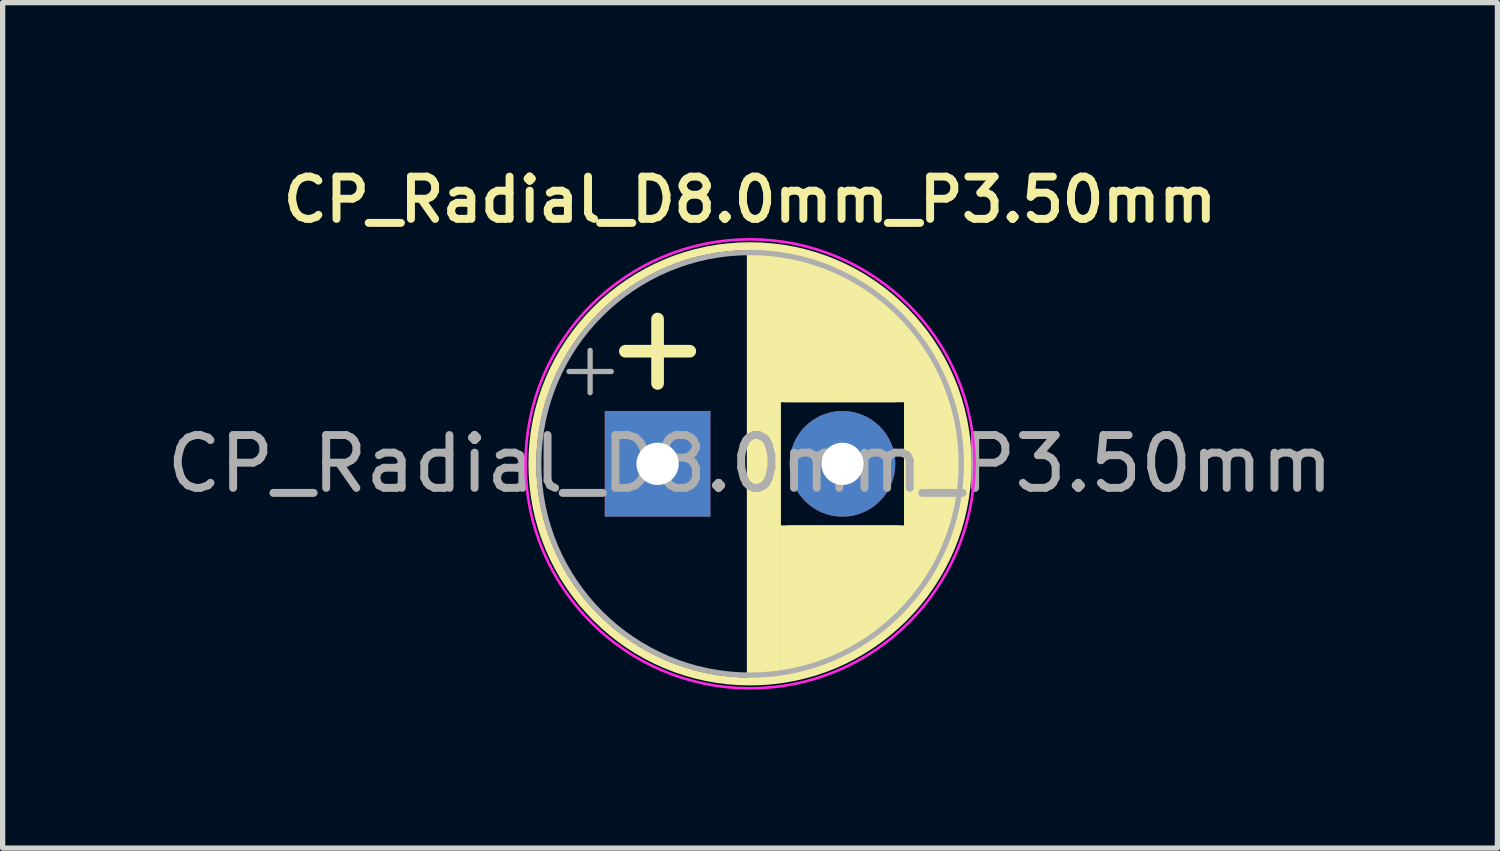
<source format=kicad_pcb>
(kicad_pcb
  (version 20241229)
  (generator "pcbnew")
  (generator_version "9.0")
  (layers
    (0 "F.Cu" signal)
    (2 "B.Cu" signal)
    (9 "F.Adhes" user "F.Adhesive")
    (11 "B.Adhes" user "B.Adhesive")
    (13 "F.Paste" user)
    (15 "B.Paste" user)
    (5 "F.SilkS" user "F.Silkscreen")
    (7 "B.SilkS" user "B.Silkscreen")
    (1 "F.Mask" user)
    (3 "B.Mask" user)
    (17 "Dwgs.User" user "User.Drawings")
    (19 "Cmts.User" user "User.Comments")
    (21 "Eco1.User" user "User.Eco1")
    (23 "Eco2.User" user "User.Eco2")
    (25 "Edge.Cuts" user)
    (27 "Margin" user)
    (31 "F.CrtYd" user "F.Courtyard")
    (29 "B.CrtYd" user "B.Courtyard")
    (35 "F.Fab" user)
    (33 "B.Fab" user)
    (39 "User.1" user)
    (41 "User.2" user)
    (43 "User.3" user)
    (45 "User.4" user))
  (footprint "CP_Radial_D8.0mm_P3.50mm"
    (layer "F.Cu")
    (at 9.399 5.731)
    (property "Reference" "CP_Radial_D8.0mm_P3.50mm" (at 1.75 -5 0) (layer "F.SilkS") (effects (font (size 0.8 0.8) (thickness 0.15))))
    (attr through_hole)
    (fp_line (start 1.75 -4.08) (end 1.75 4.08) (stroke (width 0.12) (type solid)) (layer "F.SilkS"))
    (fp_line (start 1.79 -4.08) (end 1.79 4.08) (stroke (width 0.12) (type solid)) (layer "F.SilkS"))
    (fp_line (start 1.83 -4.08) (end 1.83 4.08) (stroke (width 0.12) (type solid)) (layer "F.SilkS"))
    (fp_line (start 1.87 -4.079) (end 1.87 4.079) (stroke (width 0.12) (type solid)) (layer "F.SilkS"))
    (fp_line (start 1.91 -4.077) (end 1.91 4.077) (stroke (width 0.12) (type solid)) (layer "F.SilkS"))
    (fp_line (start 1.95 -4.076) (end 1.95 4.076) (stroke (width 0.12) (type solid)) (layer "F.SilkS"))
    (fp_line (start 1.99 -4.074) (end 1.99 4.074) (stroke (width 0.12) (type solid)) (layer "F.SilkS"))
    (fp_line (start 2.03 -4.071) (end 2.03 4.071) (stroke (width 0.12) (type solid)) (layer "F.SilkS"))
    (fp_line (start 2.07 -4.068) (end 2.07 4.068) (stroke (width 0.12) (type solid)) (layer "F.SilkS"))
    (fp_line (start 2.11 -4.065) (end 2.11 4.065) (stroke (width 0.12) (type solid)) (layer "F.SilkS"))
    (fp_line (start 2.15 -4.061) (end 2.15 4.061) (stroke (width 0.12) (type solid)) (layer "F.SilkS"))
    (fp_line (start 2.19 -4.057) (end 2.19 4.057) (stroke (width 0.12) (type solid)) (layer "F.SilkS"))
    (fp_line (start 2.23 -4.052) (end 2.23 4.052) (stroke (width 0.12) (type solid)) (layer "F.SilkS"))
    (fp_line (start 2.275 -4.048) (end 2.275 4.048) (stroke (width 0.12) (type solid)) (layer "F.SilkS"))
    (fp_line (start 2.275 -1.225) (end 4.725 -1.225) (stroke (width 0.12) (type solid)) (layer "F.SilkS"))
    (fp_line (start 2.275 1.225) (end 4.725 1.225) (stroke (width 0.12) (type solid)) (layer "F.SilkS"))
    (fp_line (start 2.337 -1.27) (end 2.337 -4.013) (stroke (width 0.12) (type solid)) (layer "F.SilkS"))
    (fp_line (start 2.388 1.27) (end 2.388 4.013) (stroke (width 0.12) (type solid)) (layer "F.SilkS"))
    (fp_line (start 2.425 -4.017) (end 2.425 -1.225) (stroke (width 0.12) (type solid)) (layer "F.SilkS"))
    (fp_line (start 2.471 -4.017) (end 2.471 -1.225) (stroke (width 0.12) (type solid)) (layer "F.SilkS"))
    (fp_line (start 2.471 1.225) (end 2.471 4.017) (stroke (width 0.12) (type solid)) (layer "F.SilkS"))
    (fp_line (start 2.511 -4.01) (end 2.511 -1.225) (stroke (width 0.12) (type solid)) (layer "F.SilkS"))
    (fp_line (start 2.511 1.225) (end 2.511 4.01) (stroke (width 0.12) (type solid)) (layer "F.SilkS"))
    (fp_line (start 2.551 -4.002) (end 2.551 -1.225) (stroke (width 0.12) (type solid)) (layer "F.SilkS"))
    (fp_line (start 2.551 1.225) (end 2.551 4.002) (stroke (width 0.12) (type solid)) (layer "F.SilkS"))
    (fp_line (start 2.591 -3.994) (end 2.591 -1.225) (stroke (width 0.12) (type solid)) (layer "F.SilkS"))
    (fp_line (start 2.591 1.225) (end 2.591 3.994) (stroke (width 0.12) (type solid)) (layer "F.SilkS"))
    (fp_line (start 2.631 -3.985) (end 2.631 -1.225) (stroke (width 0.12) (type solid)) (layer "F.SilkS"))
    (fp_line (start 2.631 1.225) (end 2.631 3.985) (stroke (width 0.12) (type solid)) (layer "F.SilkS"))
    (fp_line (start 2.671 -3.976) (end 2.671 -1.225) (stroke (width 0.12) (type solid)) (layer "F.SilkS"))
    (fp_line (start 2.671 1.225) (end 2.671 3.976) (stroke (width 0.12) (type solid)) (layer "F.SilkS"))
    (fp_line (start 2.711 -3.967) (end 2.711 -1.225) (stroke (width 0.12) (type solid)) (layer "F.SilkS"))
    (fp_line (start 2.711 1.225) (end 2.711 3.967) (stroke (width 0.12) (type solid)) (layer "F.SilkS"))
    (fp_line (start 2.751 -3.957) (end 2.751 -1.225) (stroke (width 0.12) (type solid)) (layer "F.SilkS"))
    (fp_line (start 2.751 1.225) (end 2.751 3.957) (stroke (width 0.12) (type solid)) (layer "F.SilkS"))
    (fp_line (start 2.791 -3.947) (end 2.791 -1.225) (stroke (width 0.12) (type solid)) (layer "F.SilkS"))
    (fp_line (start 2.791 1.225) (end 2.791 3.947) (stroke (width 0.12) (type solid)) (layer "F.SilkS"))
    (fp_line (start 2.831 -3.936) (end 2.831 -1.225) (stroke (width 0.12) (type solid)) (layer "F.SilkS"))
    (fp_line (start 2.831 1.225) (end 2.831 3.936) (stroke (width 0.12) (type solid)) (layer "F.SilkS"))
    (fp_line (start 2.871 -3.925) (end 2.871 -1.225) (stroke (width 0.12) (type solid)) (layer "F.SilkS"))
    (fp_line (start 2.871 1.225) (end 2.871 3.925) (stroke (width 0.12) (type solid)) (layer "F.SilkS"))
    (fp_line (start 2.911 -3.914) (end 2.911 -1.225) (stroke (width 0.12) (type solid)) (layer "F.SilkS"))
    (fp_line (start 2.911 1.225) (end 2.911 3.914) (stroke (width 0.12) (type solid)) (layer "F.SilkS"))
    (fp_line (start 2.951 -3.902) (end 2.951 -1.225) (stroke (width 0.12) (type solid)) (layer "F.SilkS"))
    (fp_line (start 2.951 1.225) (end 2.951 3.902) (stroke (width 0.12) (type solid)) (layer "F.SilkS"))
    (fp_line (start 2.991 -3.889) (end 2.991 -1.225) (stroke (width 0.12) (type solid)) (layer "F.SilkS"))
    (fp_line (start 2.991 1.225) (end 2.991 3.889) (stroke (width 0.12) (type solid)) (layer "F.SilkS"))
    (fp_line (start 3.031 -3.877) (end 3.031 -1.225) (stroke (width 0.12) (type solid)) (layer "F.SilkS"))
    (fp_line (start 3.031 1.225) (end 3.031 3.877) (stroke (width 0.12) (type solid)) (layer "F.SilkS"))
    (fp_line (start 3.071 -3.863) (end 3.071 -1.225) (stroke (width 0.12) (type solid)) (layer "F.SilkS"))
    (fp_line (start 3.071 1.225) (end 3.071 3.863) (stroke (width 0.12) (type solid)) (layer "F.SilkS"))
    (fp_line (start 3.111 -3.85) (end 3.111 -1.225) (stroke (width 0.12) (type solid)) (layer "F.SilkS"))
    (fp_line (start 3.111 1.225) (end 3.111 3.85) (stroke (width 0.12) (type solid)) (layer "F.SilkS"))
    (fp_line (start 3.151 -3.835) (end 3.151 -1.225) (stroke (width 0.12) (type solid)) (layer "F.SilkS"))
    (fp_line (start 3.151 1.225) (end 3.151 3.835) (stroke (width 0.12) (type solid)) (layer "F.SilkS"))
    (fp_line (start 3.191 -3.821) (end 3.191 -1.225) (stroke (width 0.12) (type solid)) (layer "F.SilkS"))
    (fp_line (start 3.191 1.225) (end 3.191 3.821) (stroke (width 0.12) (type solid)) (layer "F.SilkS"))
    (fp_line (start 3.231 -3.805) (end 3.231 -1.225) (stroke (width 0.12) (type solid)) (layer "F.SilkS"))
    (fp_line (start 3.231 1.225) (end 3.231 3.805) (stroke (width 0.12) (type solid)) (layer "F.SilkS"))
    (fp_line (start 3.271 -3.79) (end 3.271 -1.225) (stroke (width 0.12) (type solid)) (layer "F.SilkS"))
    (fp_line (start 3.271 1.225) (end 3.271 3.79) (stroke (width 0.12) (type solid)) (layer "F.SilkS"))
    (fp_line (start 3.311 -3.774) (end 3.311 -1.225) (stroke (width 0.12) (type solid)) (layer "F.SilkS"))
    (fp_line (start 3.311 1.225) (end 3.311 3.774) (stroke (width 0.12) (type solid)) (layer "F.SilkS"))
    (fp_line (start 3.351 -3.757) (end 3.351 -1.225) (stroke (width 0.12) (type solid)) (layer "F.SilkS"))
    (fp_line (start 3.351 1.225) (end 3.351 3.757) (stroke (width 0.12) (type solid)) (layer "F.SilkS"))
    (fp_line (start 3.391 -3.74) (end 3.391 -1.225) (stroke (width 0.12) (type solid)) (layer "F.SilkS"))
    (fp_line (start 3.391 1.225) (end 3.391 3.74) (stroke (width 0.12) (type solid)) (layer "F.SilkS"))
    (fp_line (start 3.431 -3.722) (end 3.431 -1.225) (stroke (width 0.12) (type solid)) (layer "F.SilkS"))
    (fp_line (start 3.431 1.225) (end 3.431 3.722) (stroke (width 0.12) (type solid)) (layer "F.SilkS"))
    (fp_line (start 3.471 -3.704) (end 3.471 -1.225) (stroke (width 0.12) (type solid)) (layer "F.SilkS"))
    (fp_line (start 3.471 1.225) (end 3.471 3.704) (stroke (width 0.12) (type solid)) (layer "F.SilkS"))
    (fp_line (start 3.511 -3.686) (end 3.511 -1.225) (stroke (width 0.12) (type solid)) (layer "F.SilkS"))
    (fp_line (start 3.511 1.225) (end 3.511 3.686) (stroke (width 0.12) (type solid)) (layer "F.SilkS"))
    (fp_line (start 3.551 -3.666) (end 3.551 -1.225) (stroke (width 0.12) (type solid)) (layer "F.SilkS"))
    (fp_line (start 3.551 1.225) (end 3.551 3.666) (stroke (width 0.12) (type solid)) (layer "F.SilkS"))
    (fp_line (start 3.591 -3.647) (end 3.591 -1.225) (stroke (width 0.12) (type solid)) (layer "F.SilkS"))
    (fp_line (start 3.591 1.225) (end 3.591 3.647) (stroke (width 0.12) (type solid)) (layer "F.SilkS"))
    (fp_line (start 3.631 -3.627) (end 3.631 -1.225) (stroke (width 0.12) (type solid)) (layer "F.SilkS"))
    (fp_line (start 3.631 1.225) (end 3.631 3.627) (stroke (width 0.12) (type solid)) (layer "F.SilkS"))
    (fp_line (start 3.671 -3.606) (end 3.671 -1.225) (stroke (width 0.12) (type solid)) (layer "F.SilkS"))
    (fp_line (start 3.671 1.225) (end 3.671 3.606) (stroke (width 0.12) (type solid)) (layer "F.SilkS"))
    (fp_line (start 3.711 -3.584) (end 3.711 -1.225) (stroke (width 0.12) (type solid)) (layer "F.SilkS"))
    (fp_line (start 3.711 1.225) (end 3.711 3.584) (stroke (width 0.12) (type solid)) (layer "F.SilkS"))
    (fp_line (start 3.751 -3.562) (end 3.751 -1.225) (stroke (width 0.12) (type solid)) (layer "F.SilkS"))
    (fp_line (start 3.751 1.225) (end 3.751 3.562) (stroke (width 0.12) (type solid)) (layer "F.SilkS"))
    (fp_line (start 3.791 -3.54) (end 3.791 -1.225) (stroke (width 0.12) (type solid)) (layer "F.SilkS"))
    (fp_line (start 3.791 1.225) (end 3.791 3.54) (stroke (width 0.12) (type solid)) (layer "F.SilkS"))
    (fp_line (start 3.831 -3.517) (end 3.831 -1.225) (stroke (width 0.12) (type solid)) (layer "F.SilkS"))
    (fp_line (start 3.831 1.225) (end 3.831 3.517) (stroke (width 0.12) (type solid)) (layer "F.SilkS"))
    (fp_line (start 3.871 -3.493) (end 3.871 -1.225) (stroke (width 0.12) (type solid)) (layer "F.SilkS"))
    (fp_line (start 3.871 1.225) (end 3.871 3.493) (stroke (width 0.12) (type solid)) (layer "F.SilkS"))
    (fp_line (start 3.911 -3.469) (end 3.911 -1.225) (stroke (width 0.12) (type solid)) (layer "F.SilkS"))
    (fp_line (start 3.911 1.225) (end 3.911 3.469) (stroke (width 0.12) (type solid)) (layer "F.SilkS"))
    (fp_line (start 3.951 -3.444) (end 3.951 -1.225) (stroke (width 0.12) (type solid)) (layer "F.SilkS"))
    (fp_line (start 3.951 1.225) (end 3.951 3.444) (stroke (width 0.12) (type solid)) (layer "F.SilkS"))
    (fp_line (start 3.991 -3.418) (end 3.991 -1.225) (stroke (width 0.12) (type solid)) (layer "F.SilkS"))
    (fp_line (start 3.991 1.225) (end 3.991 3.418) (stroke (width 0.12) (type solid)) (layer "F.SilkS"))
    (fp_line (start 4.031 -3.392) (end 4.031 -1.225) (stroke (width 0.12) (type solid)) (layer "F.SilkS"))
    (fp_line (start 4.031 1.225) (end 4.031 3.392) (stroke (width 0.12) (type solid)) (layer "F.SilkS"))
    (fp_line (start 4.071 -3.365) (end 4.071 -1.225) (stroke (width 0.12) (type solid)) (layer "F.SilkS"))
    (fp_line (start 4.071 1.225) (end 4.071 3.365) (stroke (width 0.12) (type solid)) (layer "F.SilkS"))
    (fp_line (start 4.111 -3.338) (end 4.111 -1.225) (stroke (width 0.12) (type solid)) (layer "F.SilkS"))
    (fp_line (start 4.111 1.225) (end 4.111 3.338) (stroke (width 0.12) (type solid)) (layer "F.SilkS"))
    (fp_line (start 4.151 -3.309) (end 4.151 -1.225) (stroke (width 0.12) (type solid)) (layer "F.SilkS"))
    (fp_line (start 4.151 1.225) (end 4.151 3.309) (stroke (width 0.12) (type solid)) (layer "F.SilkS"))
    (fp_line (start 4.191 -3.28) (end 4.191 -1.225) (stroke (width 0.12) (type solid)) (layer "F.SilkS"))
    (fp_line (start 4.191 1.225) (end 4.191 3.28) (stroke (width 0.12) (type solid)) (layer "F.SilkS"))
    (fp_line (start 4.231 -3.25) (end 4.231 -1.225) (stroke (width 0.12) (type solid)) (layer "F.SilkS"))
    (fp_line (start 4.231 1.225) (end 4.231 3.25) (stroke (width 0.12) (type solid)) (layer "F.SilkS"))
    (fp_line (start 4.271 -3.22) (end 4.271 -1.225) (stroke (width 0.12) (type solid)) (layer "F.SilkS"))
    (fp_line (start 4.271 1.225) (end 4.271 3.22) (stroke (width 0.12) (type solid)) (layer "F.SilkS"))
    (fp_line (start 4.311 -3.189) (end 4.311 -1.225) (stroke (width 0.12) (type solid)) (layer "F.SilkS"))
    (fp_line (start 4.311 1.225) (end 4.311 3.189) (stroke (width 0.12) (type solid)) (layer "F.SilkS"))
    (fp_line (start 4.351 -3.156) (end 4.351 -1.225) (stroke (width 0.12) (type solid)) (layer "F.SilkS"))
    (fp_line (start 4.351 1.225) (end 4.351 3.156) (stroke (width 0.12) (type solid)) (layer "F.SilkS"))
    (fp_line (start 4.391 -3.124) (end 4.391 -1.225) (stroke (width 0.12) (type solid)) (layer "F.SilkS"))
    (fp_line (start 4.391 1.225) (end 4.391 3.124) (stroke (width 0.12) (type solid)) (layer "F.SilkS"))
    (fp_line (start 4.431 -3.09) (end 4.431 -1.225) (stroke (width 0.12) (type solid)) (layer "F.SilkS"))
    (fp_line (start 4.431 1.225) (end 4.431 3.09) (stroke (width 0.12) (type solid)) (layer "F.SilkS"))
    (fp_line (start 4.471 -3.055) (end 4.471 -1.225) (stroke (width 0.12) (type solid)) (layer "F.SilkS"))
    (fp_line (start 4.471 1.225) (end 4.471 3.055) (stroke (width 0.12) (type solid)) (layer "F.SilkS"))
    (fp_line (start 4.511 -3.019) (end 4.511 -1.225) (stroke (width 0.12) (type solid)) (layer "F.SilkS"))
    (fp_line (start 4.511 1.225) (end 4.511 3.019) (stroke (width 0.12) (type solid)) (layer "F.SilkS"))
    (fp_line (start 4.572 -1.27) (end 4.572 -2.946) (stroke (width 0.12) (type solid)) (layer "F.SilkS"))
    (fp_line (start 4.572 1.225) (end 4.572 2.946) (stroke (width 0.12) (type solid)) (layer "F.SilkS"))
    (fp_line (start 4.623 1.27) (end 4.623 2.896) (stroke (width 0.12) (type solid)) (layer "F.SilkS"))
    (fp_line (start 4.674 -1.27) (end 4.674 -2.845) (stroke (width 0.12) (type solid)) (layer "F.SilkS"))
    (fp_line (start 4.725 -2.826) (end 4.725 2.826) (stroke (width 0.12) (type solid)) (layer "F.SilkS"))
    (fp_line (start 4.751 -2.784) (end 4.751 2.784) (stroke (width 0.12) (type solid)) (layer "F.SilkS"))
    (fp_line (start 4.791 -2.741) (end 4.791 2.741) (stroke (width 0.12) (type solid)) (layer "F.SilkS"))
    (fp_line (start 4.831 -2.697) (end 4.831 2.697) (stroke (width 0.12) (type solid)) (layer "F.SilkS"))
    (fp_line (start 4.871 -2.651) (end 4.871 2.651) (stroke (width 0.12) (type solid)) (layer "F.SilkS"))
    (fp_line (start 4.911 -2.604) (end 4.911 2.604) (stroke (width 0.12) (type solid)) (layer "F.SilkS"))
    (fp_line (start 4.951 -2.556) (end 4.951 2.556) (stroke (width 0.12) (type solid)) (layer "F.SilkS"))
    (fp_line (start 4.991 -2.505) (end 4.991 2.505) (stroke (width 0.12) (type solid)) (layer "F.SilkS"))
    (fp_line (start 5.031 -2.454) (end 5.031 2.454) (stroke (width 0.12) (type solid)) (layer "F.SilkS"))
    (fp_line (start 5.071 -2.4) (end 5.071 2.4) (stroke (width 0.12) (type solid)) (layer "F.SilkS"))
    (fp_line (start 5.111 -2.345) (end 5.111 2.345) (stroke (width 0.12) (type solid)) (layer "F.SilkS"))
    (fp_line (start 5.151 -2.287) (end 5.151 2.287) (stroke (width 0.12) (type solid)) (layer "F.SilkS"))
    (fp_line (start 5.191 -2.228) (end 5.191 2.228) (stroke (width 0.12) (type solid)) (layer "F.SilkS"))
    (fp_line (start 5.231 -2.166) (end 5.231 2.166) (stroke (width 0.12) (type solid)) (layer "F.SilkS"))
    (fp_line (start 5.271 -2.102) (end 5.271 2.102) (stroke (width 0.12) (type solid)) (layer "F.SilkS"))
    (fp_line (start 5.311 -2.034) (end 5.311 2.034) (stroke (width 0.12) (type solid)) (layer "F.SilkS"))
    (fp_line (start 5.351 -1.964) (end 5.351 1.964) (stroke (width 0.12) (type solid)) (layer "F.SilkS"))
    (fp_line (start 5.391 -1.89) (end 5.391 1.89) (stroke (width 0.12) (type solid)) (layer "F.SilkS"))
    (fp_line (start 5.431 -1.813) (end 5.431 1.813) (stroke (width 0.12) (type solid)) (layer "F.SilkS"))
    (fp_line (start 5.471 -1.731) (end 5.471 1.731) (stroke (width 0.12) (type solid)) (layer "F.SilkS"))
    (fp_line (start 5.511 -1.645) (end 5.511 1.645) (stroke (width 0.12) (type solid)) (layer "F.SilkS"))
    (fp_line (start 5.551 -1.552) (end 5.551 1.552) (stroke (width 0.12) (type solid)) (layer "F.SilkS"))
    (fp_line (start 5.591 -1.453) (end 5.591 1.453) (stroke (width 0.12) (type solid)) (layer "F.SilkS"))
    (fp_line (start 5.631 -1.346) (end 5.631 1.346) (stroke (width 0.12) (type solid)) (layer "F.SilkS"))
    (fp_line (start 5.671 -1.229) (end 5.671 1.229) (stroke (width 0.12) (type solid)) (layer "F.SilkS"))
    (fp_line (start 5.711 -1.098) (end 5.711 1.098) (stroke (width 0.12) (type solid)) (layer "F.SilkS"))
    (fp_line (start 5.751 -0.948) (end 5.751 0.948) (stroke (width 0.12) (type solid)) (layer "F.SilkS"))
    (fp_line (start 5.791 -0.768) (end 5.791 0.768) (stroke (width 0.12) (type solid)) (layer "F.SilkS"))
    (fp_line (start 5.831 -0.533) (end 5.831 0.533) (stroke (width 0.12) (type solid)) (layer "F.SilkS"))
    (fp_circle (center 1.75 0) (end 5.87 0) (stroke (width 0.15) (type solid)) (fill no) (layer "F.SilkS"))
    (fp_circle (center 1.75 0) (end 6 0) (stroke (width 0.05) (type solid)) (fill no) (layer "F.CrtYd"))
    (fp_line (start -1.677 -1.748) (end -0.877 -1.748) (stroke (width 0.1) (type solid)) (layer "F.Fab"))
    (fp_line (start -1.277 -2.147) (end -1.277 -1.347) (stroke (width 0.1) (type solid)) (layer "F.Fab"))
    (fp_circle (center 1.75 0) (end 5.75 0) (stroke (width 0.1) (type solid)) (fill no) (layer "F.Fab"))
    (fp_text user "+" (at 0 -2.25 0) (unlocked yes) (layer "F.SilkS") (effects (font (size 1.6 1.6) (thickness 0.24))))
    (fp_text user "${REFERENCE}" (at 1.75 0 0) (layer "F.Fab") (effects (font (size 1 1) (thickness 0.15))))
    (pad "1" thru_hole rect (at 0 0) (size 2 2) (drill 0.8) (layers "*.Cu" "*.Mask"))
    (pad "2" thru_hole circle (at 3.5 0) (size 2 2) (drill 0.8) (layers "*.Cu" "*.Mask")))
  (gr_rect
    (start -3 -3)
    (end 25.298 13.006)
    (stroke (width 0.1) (type default))
    (fill no)
    (layer "Edge.Cuts")))
</source>
